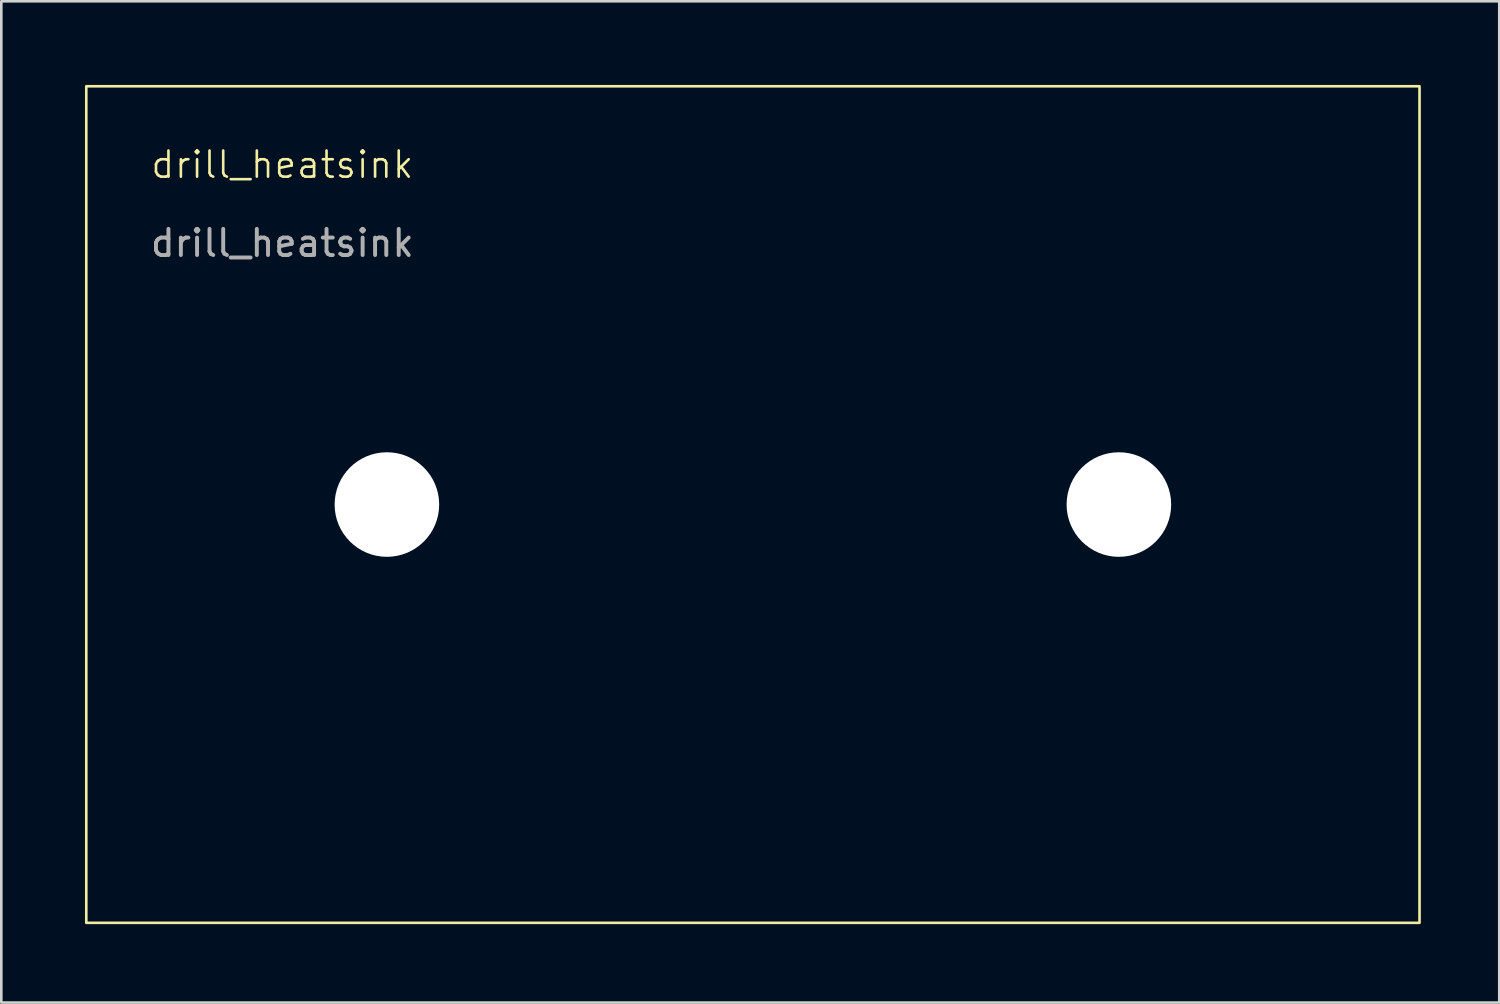
<source format=kicad_pcb>
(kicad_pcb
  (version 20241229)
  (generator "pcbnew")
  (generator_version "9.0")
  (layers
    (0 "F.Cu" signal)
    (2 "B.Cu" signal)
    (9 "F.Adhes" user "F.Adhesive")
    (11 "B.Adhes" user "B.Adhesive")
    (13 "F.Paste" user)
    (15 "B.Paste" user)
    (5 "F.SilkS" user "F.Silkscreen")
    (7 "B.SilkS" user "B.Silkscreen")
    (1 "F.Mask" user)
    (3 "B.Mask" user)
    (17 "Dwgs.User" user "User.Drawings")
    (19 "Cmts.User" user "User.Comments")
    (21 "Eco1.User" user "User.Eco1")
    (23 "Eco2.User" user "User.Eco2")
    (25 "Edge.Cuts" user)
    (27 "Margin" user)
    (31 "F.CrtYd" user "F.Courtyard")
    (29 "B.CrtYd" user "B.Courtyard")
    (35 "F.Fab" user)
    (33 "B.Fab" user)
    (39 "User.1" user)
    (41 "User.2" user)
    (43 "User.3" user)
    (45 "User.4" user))
  (footprint "drill_heatsink"
    (layer "F.Cu")
    (at 0.25 0.25)
    (property "Reference" "drill_heatsink" (at 7.5 3 0) (unlocked yes) (layer "F.SilkS") (effects (font (size 1 1) (thickness 0.1))))
    (attr smd)
    (fp_rect (start 0 0) (end 51 32) (stroke (width 0.1) (type default)) (fill no) (layer "F.SilkS"))
    (fp_text user "${REFERENCE}" (at 7.5 6 0) (unlocked yes) (layer "F.Fab") (effects (font (size 1 1) (thickness 0.15))))
    (pad "" np_thru_hole circle (at 11.5 16) (size 4 4) (drill 4) (layers "*.Cu" "*.Mask"))
    (pad "" np_thru_hole circle (at 39.5 16) (size 4 4) (drill 4) (layers "*.Cu" "*.Mask")))
  (gr_rect
    (start -3 -3)
    (end 54.3 35.3)
    (stroke (width 0.1) (type default))
    (fill no)
    (layer "Edge.Cuts")))
</source>
